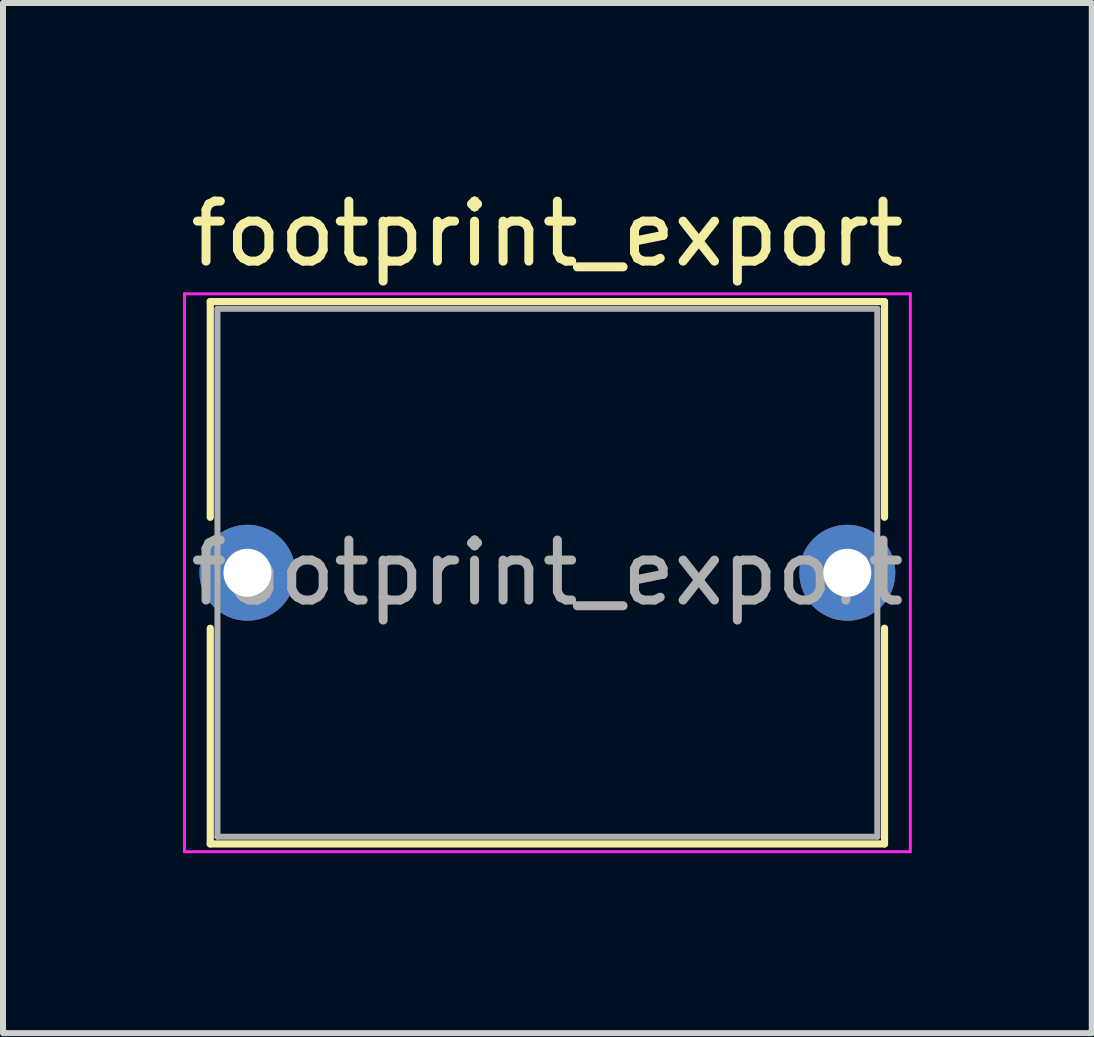
<source format=kicad_pcb>
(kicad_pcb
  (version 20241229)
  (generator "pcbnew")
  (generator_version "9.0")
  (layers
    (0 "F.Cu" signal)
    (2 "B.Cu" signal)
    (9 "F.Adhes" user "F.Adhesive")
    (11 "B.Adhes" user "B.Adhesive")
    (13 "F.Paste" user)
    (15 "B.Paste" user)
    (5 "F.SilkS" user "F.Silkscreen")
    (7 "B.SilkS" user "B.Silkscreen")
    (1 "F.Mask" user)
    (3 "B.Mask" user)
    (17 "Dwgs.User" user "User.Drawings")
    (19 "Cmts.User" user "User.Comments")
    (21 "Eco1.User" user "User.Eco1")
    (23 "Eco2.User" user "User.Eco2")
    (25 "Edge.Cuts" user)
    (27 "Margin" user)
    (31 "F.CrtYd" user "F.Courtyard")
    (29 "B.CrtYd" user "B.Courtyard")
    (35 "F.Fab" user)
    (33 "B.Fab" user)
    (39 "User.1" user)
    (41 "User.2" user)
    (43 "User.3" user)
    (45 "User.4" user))
  (footprint "footprint_export"
    (layer "F.Cu")
    (at 1.075 6.498)
    (property "Reference" "footprint_export" (at 5 -5.65 0) (layer "F.SilkS") (effects (font (size 1 1) (thickness 0.15))))
    (attr through_hole)
    (fp_line (start -0.62 -4.52) (end -0.62 -0.925) (stroke (width 0.12) (type solid)) (layer "F.SilkS"))
    (fp_line (start -0.62 -4.52) (end 10.62 -4.52) (stroke (width 0.12) (type solid)) (layer "F.SilkS"))
    (fp_line (start -0.62 0.925) (end -0.62 4.52) (stroke (width 0.12) (type solid)) (layer "F.SilkS"))
    (fp_line (start -0.62 4.52) (end 10.62 4.52) (stroke (width 0.12) (type solid)) (layer "F.SilkS"))
    (fp_line (start 10.62 -4.52) (end 10.62 -0.925) (stroke (width 0.12) (type solid)) (layer "F.SilkS"))
    (fp_line (start 10.62 0.925) (end 10.62 4.52) (stroke (width 0.12) (type solid)) (layer "F.SilkS"))
    (fp_line (start -1.05 -4.65) (end -1.05 4.65) (stroke (width 0.05) (type solid)) (layer "F.CrtYd"))
    (fp_line (start -1.05 4.65) (end 11.05 4.65) (stroke (width 0.05) (type solid)) (layer "F.CrtYd"))
    (fp_line (start 11.05 -4.65) (end -1.05 -4.65) (stroke (width 0.05) (type solid)) (layer "F.CrtYd"))
    (fp_line (start 11.05 4.65) (end 11.05 -4.65) (stroke (width 0.05) (type solid)) (layer "F.CrtYd"))
    (fp_line (start -0.5 -4.4) (end -0.5 4.4) (stroke (width 0.1) (type solid)) (layer "F.Fab"))
    (fp_line (start -0.5 4.4) (end 10.5 4.4) (stroke (width 0.1) (type solid)) (layer "F.Fab"))
    (fp_line (start 10.5 -4.4) (end -0.5 -4.4) (stroke (width 0.1) (type solid)) (layer "F.Fab"))
    (fp_line (start 10.5 4.4) (end 10.5 -4.4) (stroke (width 0.1) (type solid)) (layer "F.Fab"))
    (fp_text user "${REFERENCE}" (at 5 0 0) (layer "F.Fab") (effects (font (size 1 1) (thickness 0.15))))
    (pad "1" thru_hole circle (at 0 0) (size 1.6 1.6) (drill 0.8) (layers "*.Cu" "*.Mask"))
    (pad "2" thru_hole circle (at 10 0) (size 1.6 1.6) (drill 0.8) (layers "*.Cu" "*.Mask")))
  (gr_rect
    (start -3 -3)
    (end 15.15 14.173)
    (stroke (width 0.1) (type default))
    (fill no)
    (layer "Edge.Cuts")))
</source>
